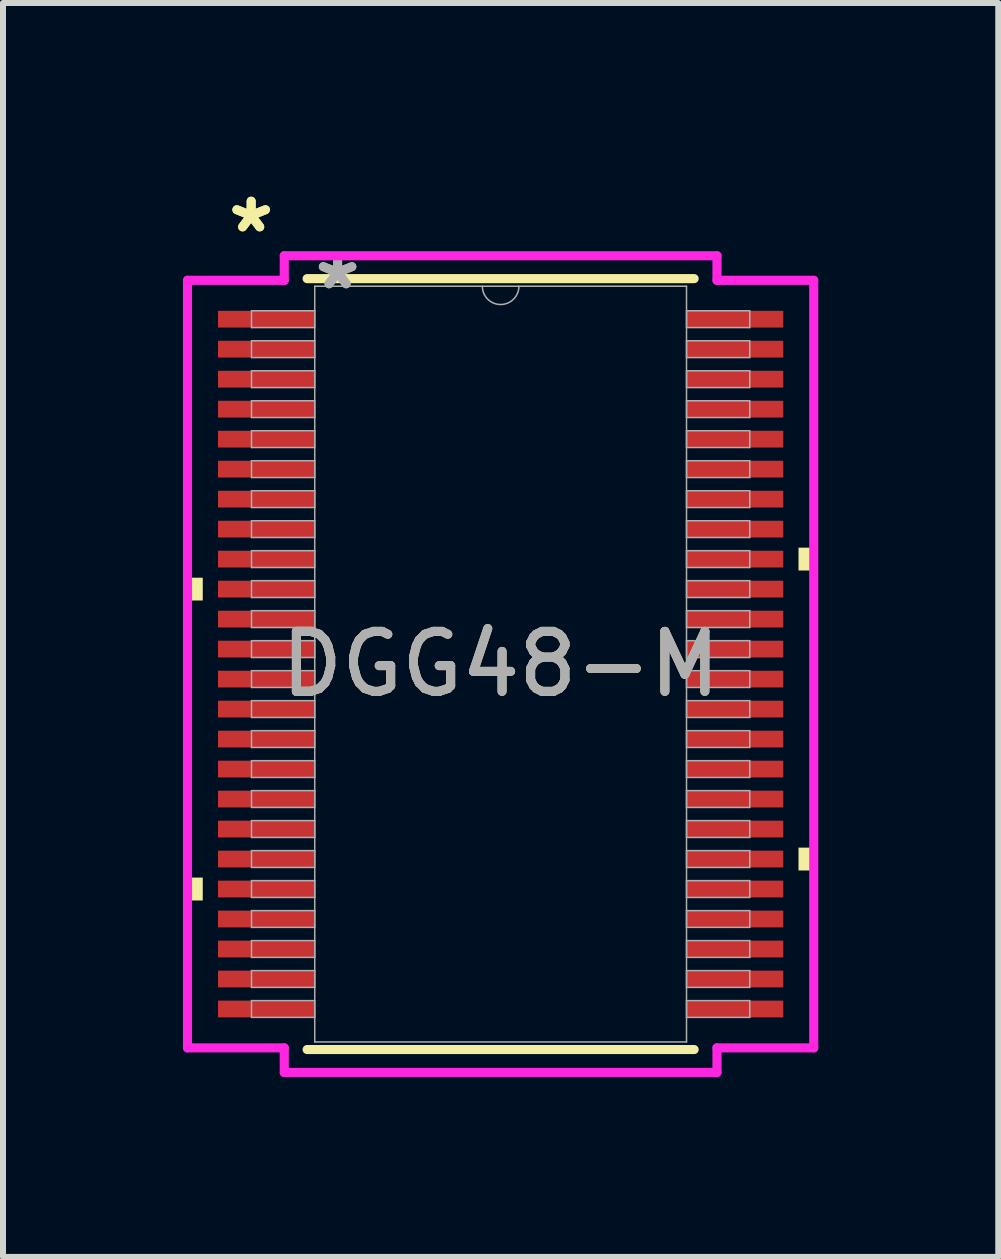
<source format=kicad_pcb>
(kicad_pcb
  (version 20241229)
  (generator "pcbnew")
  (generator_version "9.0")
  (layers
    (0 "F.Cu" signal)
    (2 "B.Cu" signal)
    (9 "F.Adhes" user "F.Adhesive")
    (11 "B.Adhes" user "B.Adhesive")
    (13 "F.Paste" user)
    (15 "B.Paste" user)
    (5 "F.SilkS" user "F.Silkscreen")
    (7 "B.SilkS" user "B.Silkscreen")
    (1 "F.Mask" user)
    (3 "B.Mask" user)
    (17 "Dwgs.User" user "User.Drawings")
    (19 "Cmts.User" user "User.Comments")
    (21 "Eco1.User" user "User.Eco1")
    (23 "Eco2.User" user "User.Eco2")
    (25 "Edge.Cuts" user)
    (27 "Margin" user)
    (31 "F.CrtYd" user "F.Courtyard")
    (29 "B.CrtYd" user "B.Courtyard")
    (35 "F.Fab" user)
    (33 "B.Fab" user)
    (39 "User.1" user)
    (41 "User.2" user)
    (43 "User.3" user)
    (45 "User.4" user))
  (footprint "DGG48-M"
    (layer "F.Cu")
    (at 5.296 8.021)
    (property "Reference" "DGG48-M" (at 0 0 0) (unlocked yes) (layer "F.SilkS") (effects (font (size 1 1) (thickness 0.15))))
    (attr smd)
    (fp_line (start -3.226 6.426) (end 3.226 6.426) (stroke (width 0.152) (type solid)) (layer "F.SilkS"))
    (fp_line (start 3.226 -6.426) (end -3.226 -6.426) (stroke (width 0.152) (type solid)) (layer "F.SilkS"))
    (fp_poly (pts (xy -5.22 -1.44) (xy -5.22 -1.06) (xy -4.966 -1.06) (xy -4.966 -1.44)) (stroke (width 0) (type solid)) (fill yes) (layer "F.SilkS"))
    (fp_poly (pts (xy -5.22 3.559) (xy -5.22 3.941) (xy -4.966 3.941) (xy -4.966 3.559)) (stroke (width 0) (type solid)) (fill yes) (layer "F.SilkS"))
    (fp_poly (pts (xy 5.22 -1.941) (xy 5.22 -1.56) (xy 4.966 -1.56) (xy 4.966 -1.941)) (stroke (width 0) (type solid)) (fill yes) (layer "F.SilkS"))
    (fp_poly (pts (xy 5.22 3.06) (xy 5.22 3.441) (xy 4.966 3.441) (xy 4.966 3.06)) (stroke (width 0) (type solid)) (fill yes) (layer "F.SilkS"))
    (fp_line (start -5.22 -6.398) (end -3.607 -6.398) (stroke (width 0.152) (type solid)) (layer "F.CrtYd"))
    (fp_line (start -5.22 6.398) (end -5.22 -6.398) (stroke (width 0.152) (type solid)) (layer "F.CrtYd"))
    (fp_line (start -5.22 6.398) (end -3.607 6.398) (stroke (width 0.152) (type solid)) (layer "F.CrtYd"))
    (fp_line (start -3.607 -6.807) (end 3.607 -6.807) (stroke (width 0.152) (type solid)) (layer "F.CrtYd"))
    (fp_line (start -3.607 -6.398) (end -3.607 -6.807) (stroke (width 0.152) (type solid)) (layer "F.CrtYd"))
    (fp_line (start -3.607 6.807) (end -3.607 6.398) (stroke (width 0.152) (type solid)) (layer "F.CrtYd"))
    (fp_line (start 3.607 -6.807) (end 3.607 -6.398) (stroke (width 0.152) (type solid)) (layer "F.CrtYd"))
    (fp_line (start 3.607 6.398) (end 3.607 6.807) (stroke (width 0.152) (type solid)) (layer "F.CrtYd"))
    (fp_line (start 3.607 6.807) (end -3.607 6.807) (stroke (width 0.152) (type solid)) (layer "F.CrtYd"))
    (fp_line (start 5.22 -6.398) (end 3.607 -6.398) (stroke (width 0.152) (type solid)) (layer "F.CrtYd"))
    (fp_line (start 5.22 -6.398) (end 5.22 6.398) (stroke (width 0.152) (type solid)) (layer "F.CrtYd"))
    (fp_line (start 5.22 6.398) (end 3.607 6.398) (stroke (width 0.152) (type solid)) (layer "F.CrtYd"))
    (fp_line (start -4.153 -5.89) (end -4.153 -5.61) (stroke (width 0.025) (type solid)) (layer "F.Fab"))
    (fp_line (start -4.153 -5.61) (end -3.099 -5.61) (stroke (width 0.025) (type solid)) (layer "F.Fab"))
    (fp_line (start -4.153 -5.39) (end -4.153 -5.11) (stroke (width 0.025) (type solid)) (layer "F.Fab"))
    (fp_line (start -4.153 -5.11) (end -3.099 -5.11) (stroke (width 0.025) (type solid)) (layer "F.Fab"))
    (fp_line (start -4.153 -4.89) (end -4.153 -4.61) (stroke (width 0.025) (type solid)) (layer "F.Fab"))
    (fp_line (start -4.153 -4.61) (end -3.099 -4.61) (stroke (width 0.025) (type solid)) (layer "F.Fab"))
    (fp_line (start -4.153 -4.39) (end -4.153 -4.11) (stroke (width 0.025) (type solid)) (layer "F.Fab"))
    (fp_line (start -4.153 -4.11) (end -3.099 -4.11) (stroke (width 0.025) (type solid)) (layer "F.Fab"))
    (fp_line (start -4.153 -3.89) (end -4.153 -3.61) (stroke (width 0.025) (type solid)) (layer "F.Fab"))
    (fp_line (start -4.153 -3.61) (end -3.099 -3.61) (stroke (width 0.025) (type solid)) (layer "F.Fab"))
    (fp_line (start -4.153 -3.39) (end -4.153 -3.11) (stroke (width 0.025) (type solid)) (layer "F.Fab"))
    (fp_line (start -4.153 -3.11) (end -3.099 -3.11) (stroke (width 0.025) (type solid)) (layer "F.Fab"))
    (fp_line (start -4.153 -2.89) (end -4.153 -2.61) (stroke (width 0.025) (type solid)) (layer "F.Fab"))
    (fp_line (start -4.153 -2.61) (end -3.099 -2.61) (stroke (width 0.025) (type solid)) (layer "F.Fab"))
    (fp_line (start -4.153 -2.39) (end -4.153 -2.11) (stroke (width 0.025) (type solid)) (layer "F.Fab"))
    (fp_line (start -4.153 -2.11) (end -3.099 -2.11) (stroke (width 0.025) (type solid)) (layer "F.Fab"))
    (fp_line (start -4.153 -1.89) (end -4.153 -1.61) (stroke (width 0.025) (type solid)) (layer "F.Fab"))
    (fp_line (start -4.153 -1.61) (end -3.099 -1.61) (stroke (width 0.025) (type solid)) (layer "F.Fab"))
    (fp_line (start -4.153 -1.39) (end -4.153 -1.11) (stroke (width 0.025) (type solid)) (layer "F.Fab"))
    (fp_line (start -4.153 -1.11) (end -3.099 -1.11) (stroke (width 0.025) (type solid)) (layer "F.Fab"))
    (fp_line (start -4.153 -0.89) (end -4.153 -0.61) (stroke (width 0.025) (type solid)) (layer "F.Fab"))
    (fp_line (start -4.153 -0.61) (end -3.099 -0.61) (stroke (width 0.025) (type solid)) (layer "F.Fab"))
    (fp_line (start -4.153 -0.39) (end -4.153 -0.11) (stroke (width 0.025) (type solid)) (layer "F.Fab"))
    (fp_line (start -4.153 -0.11) (end -3.099 -0.11) (stroke (width 0.025) (type solid)) (layer "F.Fab"))
    (fp_line (start -4.153 0.11) (end -4.153 0.39) (stroke (width 0.025) (type solid)) (layer "F.Fab"))
    (fp_line (start -4.153 0.39) (end -3.099 0.39) (stroke (width 0.025) (type solid)) (layer "F.Fab"))
    (fp_line (start -4.153 0.61) (end -4.153 0.89) (stroke (width 0.025) (type solid)) (layer "F.Fab"))
    (fp_line (start -4.153 0.89) (end -3.099 0.89) (stroke (width 0.025) (type solid)) (layer "F.Fab"))
    (fp_line (start -4.153 1.11) (end -4.153 1.39) (stroke (width 0.025) (type solid)) (layer "F.Fab"))
    (fp_line (start -4.153 1.39) (end -3.099 1.39) (stroke (width 0.025) (type solid)) (layer "F.Fab"))
    (fp_line (start -4.153 1.61) (end -4.153 1.89) (stroke (width 0.025) (type solid)) (layer "F.Fab"))
    (fp_line (start -4.153 1.89) (end -3.099 1.89) (stroke (width 0.025) (type solid)) (layer "F.Fab"))
    (fp_line (start -4.153 2.11) (end -4.153 2.39) (stroke (width 0.025) (type solid)) (layer "F.Fab"))
    (fp_line (start -4.153 2.39) (end -3.099 2.39) (stroke (width 0.025) (type solid)) (layer "F.Fab"))
    (fp_line (start -4.153 2.61) (end -4.153 2.89) (stroke (width 0.025) (type solid)) (layer "F.Fab"))
    (fp_line (start -4.153 2.89) (end -3.099 2.89) (stroke (width 0.025) (type solid)) (layer "F.Fab"))
    (fp_line (start -4.153 3.11) (end -4.153 3.39) (stroke (width 0.025) (type solid)) (layer "F.Fab"))
    (fp_line (start -4.153 3.39) (end -3.099 3.39) (stroke (width 0.025) (type solid)) (layer "F.Fab"))
    (fp_line (start -4.153 3.61) (end -4.153 3.89) (stroke (width 0.025) (type solid)) (layer "F.Fab"))
    (fp_line (start -4.153 3.89) (end -3.099 3.89) (stroke (width 0.025) (type solid)) (layer "F.Fab"))
    (fp_line (start -4.153 4.11) (end -4.153 4.39) (stroke (width 0.025) (type solid)) (layer "F.Fab"))
    (fp_line (start -4.153 4.39) (end -3.099 4.39) (stroke (width 0.025) (type solid)) (layer "F.Fab"))
    (fp_line (start -4.153 4.61) (end -4.153 4.89) (stroke (width 0.025) (type solid)) (layer "F.Fab"))
    (fp_line (start -4.153 4.89) (end -3.099 4.89) (stroke (width 0.025) (type solid)) (layer "F.Fab"))
    (fp_line (start -4.153 5.11) (end -4.153 5.39) (stroke (width 0.025) (type solid)) (layer "F.Fab"))
    (fp_line (start -4.153 5.39) (end -3.099 5.39) (stroke (width 0.025) (type solid)) (layer "F.Fab"))
    (fp_line (start -4.153 5.61) (end -4.153 5.89) (stroke (width 0.025) (type solid)) (layer "F.Fab"))
    (fp_line (start -4.153 5.89) (end -3.099 5.89) (stroke (width 0.025) (type solid)) (layer "F.Fab"))
    (fp_line (start -3.099 -6.299) (end -3.099 6.299) (stroke (width 0.025) (type solid)) (layer "F.Fab"))
    (fp_line (start -3.099 -5.89) (end -4.153 -5.89) (stroke (width 0.025) (type solid)) (layer "F.Fab"))
    (fp_line (start -3.099 -5.61) (end -3.099 -5.89) (stroke (width 0.025) (type solid)) (layer "F.Fab"))
    (fp_line (start -3.099 -5.39) (end -4.153 -5.39) (stroke (width 0.025) (type solid)) (layer "F.Fab"))
    (fp_line (start -3.099 -5.11) (end -3.099 -5.39) (stroke (width 0.025) (type solid)) (layer "F.Fab"))
    (fp_line (start -3.099 -4.89) (end -4.153 -4.89) (stroke (width 0.025) (type solid)) (layer "F.Fab"))
    (fp_line (start -3.099 -4.61) (end -3.099 -4.89) (stroke (width 0.025) (type solid)) (layer "F.Fab"))
    (fp_line (start -3.099 -4.39) (end -4.153 -4.39) (stroke (width 0.025) (type solid)) (layer "F.Fab"))
    (fp_line (start -3.099 -4.11) (end -3.099 -4.39) (stroke (width 0.025) (type solid)) (layer "F.Fab"))
    (fp_line (start -3.099 -3.89) (end -4.153 -3.89) (stroke (width 0.025) (type solid)) (layer "F.Fab"))
    (fp_line (start -3.099 -3.61) (end -3.099 -3.89) (stroke (width 0.025) (type solid)) (layer "F.Fab"))
    (fp_line (start -3.099 -3.39) (end -4.153 -3.39) (stroke (width 0.025) (type solid)) (layer "F.Fab"))
    (fp_line (start -3.099 -3.11) (end -3.099 -3.39) (stroke (width 0.025) (type solid)) (layer "F.Fab"))
    (fp_line (start -3.099 -2.89) (end -4.153 -2.89) (stroke (width 0.025) (type solid)) (layer "F.Fab"))
    (fp_line (start -3.099 -2.61) (end -3.099 -2.89) (stroke (width 0.025) (type solid)) (layer "F.Fab"))
    (fp_line (start -3.099 -2.39) (end -4.153 -2.39) (stroke (width 0.025) (type solid)) (layer "F.Fab"))
    (fp_line (start -3.099 -2.11) (end -3.099 -2.39) (stroke (width 0.025) (type solid)) (layer "F.Fab"))
    (fp_line (start -3.099 -1.89) (end -4.153 -1.89) (stroke (width 0.025) (type solid)) (layer "F.Fab"))
    (fp_line (start -3.099 -1.61) (end -3.099 -1.89) (stroke (width 0.025) (type solid)) (layer "F.Fab"))
    (fp_line (start -3.099 -1.39) (end -4.153 -1.39) (stroke (width 0.025) (type solid)) (layer "F.Fab"))
    (fp_line (start -3.099 -1.11) (end -3.099 -1.39) (stroke (width 0.025) (type solid)) (layer "F.Fab"))
    (fp_line (start -3.099 -0.89) (end -4.153 -0.89) (stroke (width 0.025) (type solid)) (layer "F.Fab"))
    (fp_line (start -3.099 -0.61) (end -3.099 -0.89) (stroke (width 0.025) (type solid)) (layer "F.Fab"))
    (fp_line (start -3.099 -0.39) (end -4.153 -0.39) (stroke (width 0.025) (type solid)) (layer "F.Fab"))
    (fp_line (start -3.099 -0.11) (end -3.099 -0.39) (stroke (width 0.025) (type solid)) (layer "F.Fab"))
    (fp_line (start -3.099 0.11) (end -4.153 0.11) (stroke (width 0.025) (type solid)) (layer "F.Fab"))
    (fp_line (start -3.099 0.39) (end -3.099 0.11) (stroke (width 0.025) (type solid)) (layer "F.Fab"))
    (fp_line (start -3.099 0.61) (end -4.153 0.61) (stroke (width 0.025) (type solid)) (layer "F.Fab"))
    (fp_line (start -3.099 0.89) (end -3.099 0.61) (stroke (width 0.025) (type solid)) (layer "F.Fab"))
    (fp_line (start -3.099 1.11) (end -4.153 1.11) (stroke (width 0.025) (type solid)) (layer "F.Fab"))
    (fp_line (start -3.099 1.39) (end -3.099 1.11) (stroke (width 0.025) (type solid)) (layer "F.Fab"))
    (fp_line (start -3.099 1.61) (end -4.153 1.61) (stroke (width 0.025) (type solid)) (layer "F.Fab"))
    (fp_line (start -3.099 1.89) (end -3.099 1.61) (stroke (width 0.025) (type solid)) (layer "F.Fab"))
    (fp_line (start -3.099 2.11) (end -4.153 2.11) (stroke (width 0.025) (type solid)) (layer "F.Fab"))
    (fp_line (start -3.099 2.39) (end -3.099 2.11) (stroke (width 0.025) (type solid)) (layer "F.Fab"))
    (fp_line (start -3.099 2.61) (end -4.153 2.61) (stroke (width 0.025) (type solid)) (layer "F.Fab"))
    (fp_line (start -3.099 2.89) (end -3.099 2.61) (stroke (width 0.025) (type solid)) (layer "F.Fab"))
    (fp_line (start -3.099 3.11) (end -4.153 3.11) (stroke (width 0.025) (type solid)) (layer "F.Fab"))
    (fp_line (start -3.099 3.39) (end -3.099 3.11) (stroke (width 0.025) (type solid)) (layer "F.Fab"))
    (fp_line (start -3.099 3.61) (end -4.153 3.61) (stroke (width 0.025) (type solid)) (layer "F.Fab"))
    (fp_line (start -3.099 3.89) (end -3.099 3.61) (stroke (width 0.025) (type solid)) (layer "F.Fab"))
    (fp_line (start -3.099 4.11) (end -4.153 4.11) (stroke (width 0.025) (type solid)) (layer "F.Fab"))
    (fp_line (start -3.099 4.39) (end -3.099 4.11) (stroke (width 0.025) (type solid)) (layer "F.Fab"))
    (fp_line (start -3.099 4.61) (end -4.153 4.61) (stroke (width 0.025) (type solid)) (layer "F.Fab"))
    (fp_line (start -3.099 4.89) (end -3.099 4.61) (stroke (width 0.025) (type solid)) (layer "F.Fab"))
    (fp_line (start -3.099 5.11) (end -4.153 5.11) (stroke (width 0.025) (type solid)) (layer "F.Fab"))
    (fp_line (start -3.099 5.39) (end -3.099 5.11) (stroke (width 0.025) (type solid)) (layer "F.Fab"))
    (fp_line (start -3.099 5.61) (end -4.153 5.61) (stroke (width 0.025) (type solid)) (layer "F.Fab"))
    (fp_line (start -3.099 5.89) (end -3.099 5.61) (stroke (width 0.025) (type solid)) (layer "F.Fab"))
    (fp_line (start -3.099 6.299) (end 3.099 6.299) (stroke (width 0.025) (type solid)) (layer "F.Fab"))
    (fp_line (start 3.099 -6.299) (end -3.099 -6.299) (stroke (width 0.025) (type solid)) (layer "F.Fab"))
    (fp_line (start 3.099 -5.89) (end 3.099 -5.61) (stroke (width 0.025) (type solid)) (layer "F.Fab"))
    (fp_line (start 3.099 -5.61) (end 4.153 -5.61) (stroke (width 0.025) (type solid)) (layer "F.Fab"))
    (fp_line (start 3.099 -5.39) (end 3.099 -5.11) (stroke (width 0.025) (type solid)) (layer "F.Fab"))
    (fp_line (start 3.099 -5.11) (end 4.153 -5.11) (stroke (width 0.025) (type solid)) (layer "F.Fab"))
    (fp_line (start 3.099 -4.89) (end 3.099 -4.61) (stroke (width 0.025) (type solid)) (layer "F.Fab"))
    (fp_line (start 3.099 -4.61) (end 4.153 -4.61) (stroke (width 0.025) (type solid)) (layer "F.Fab"))
    (fp_line (start 3.099 -4.39) (end 3.099 -4.11) (stroke (width 0.025) (type solid)) (layer "F.Fab"))
    (fp_line (start 3.099 -4.11) (end 4.153 -4.11) (stroke (width 0.025) (type solid)) (layer "F.Fab"))
    (fp_line (start 3.099 -3.89) (end 3.099 -3.61) (stroke (width 0.025) (type solid)) (layer "F.Fab"))
    (fp_line (start 3.099 -3.61) (end 4.153 -3.61) (stroke (width 0.025) (type solid)) (layer "F.Fab"))
    (fp_line (start 3.099 -3.39) (end 3.099 -3.11) (stroke (width 0.025) (type solid)) (layer "F.Fab"))
    (fp_line (start 3.099 -3.11) (end 4.153 -3.11) (stroke (width 0.025) (type solid)) (layer "F.Fab"))
    (fp_line (start 3.099 -2.89) (end 3.099 -2.61) (stroke (width 0.025) (type solid)) (layer "F.Fab"))
    (fp_line (start 3.099 -2.61) (end 4.153 -2.61) (stroke (width 0.025) (type solid)) (layer "F.Fab"))
    (fp_line (start 3.099 -2.39) (end 3.099 -2.11) (stroke (width 0.025) (type solid)) (layer "F.Fab"))
    (fp_line (start 3.099 -2.11) (end 4.153 -2.11) (stroke (width 0.025) (type solid)) (layer "F.Fab"))
    (fp_line (start 3.099 -1.89) (end 3.099 -1.61) (stroke (width 0.025) (type solid)) (layer "F.Fab"))
    (fp_line (start 3.099 -1.61) (end 4.153 -1.61) (stroke (width 0.025) (type solid)) (layer "F.Fab"))
    (fp_line (start 3.099 -1.39) (end 3.099 -1.11) (stroke (width 0.025) (type solid)) (layer "F.Fab"))
    (fp_line (start 3.099 -1.11) (end 4.153 -1.11) (stroke (width 0.025) (type solid)) (layer "F.Fab"))
    (fp_line (start 3.099 -0.89) (end 3.099 -0.61) (stroke (width 0.025) (type solid)) (layer "F.Fab"))
    (fp_line (start 3.099 -0.61) (end 4.153 -0.61) (stroke (width 0.025) (type solid)) (layer "F.Fab"))
    (fp_line (start 3.099 -0.39) (end 3.099 -0.11) (stroke (width 0.025) (type solid)) (layer "F.Fab"))
    (fp_line (start 3.099 -0.11) (end 4.153 -0.11) (stroke (width 0.025) (type solid)) (layer "F.Fab"))
    (fp_line (start 3.099 0.11) (end 3.099 0.39) (stroke (width 0.025) (type solid)) (layer "F.Fab"))
    (fp_line (start 3.099 0.39) (end 4.153 0.39) (stroke (width 0.025) (type solid)) (layer "F.Fab"))
    (fp_line (start 3.099 0.61) (end 3.099 0.89) (stroke (width 0.025) (type solid)) (layer "F.Fab"))
    (fp_line (start 3.099 0.89) (end 4.153 0.89) (stroke (width 0.025) (type solid)) (layer "F.Fab"))
    (fp_line (start 3.099 1.11) (end 3.099 1.39) (stroke (width 0.025) (type solid)) (layer "F.Fab"))
    (fp_line (start 3.099 1.39) (end 4.153 1.39) (stroke (width 0.025) (type solid)) (layer "F.Fab"))
    (fp_line (start 3.099 1.61) (end 3.099 1.89) (stroke (width 0.025) (type solid)) (layer "F.Fab"))
    (fp_line (start 3.099 1.89) (end 4.153 1.89) (stroke (width 0.025) (type solid)) (layer "F.Fab"))
    (fp_line (start 3.099 2.11) (end 3.099 2.39) (stroke (width 0.025) (type solid)) (layer "F.Fab"))
    (fp_line (start 3.099 2.39) (end 4.153 2.39) (stroke (width 0.025) (type solid)) (layer "F.Fab"))
    (fp_line (start 3.099 2.61) (end 3.099 2.89) (stroke (width 0.025) (type solid)) (layer "F.Fab"))
    (fp_line (start 3.099 2.89) (end 4.153 2.89) (stroke (width 0.025) (type solid)) (layer "F.Fab"))
    (fp_line (start 3.099 3.11) (end 3.099 3.39) (stroke (width 0.025) (type solid)) (layer "F.Fab"))
    (fp_line (start 3.099 3.39) (end 4.153 3.39) (stroke (width 0.025) (type solid)) (layer "F.Fab"))
    (fp_line (start 3.099 3.61) (end 3.099 3.89) (stroke (width 0.025) (type solid)) (layer "F.Fab"))
    (fp_line (start 3.099 3.89) (end 4.153 3.89) (stroke (width 0.025) (type solid)) (layer "F.Fab"))
    (fp_line (start 3.099 4.11) (end 3.099 4.39) (stroke (width 0.025) (type solid)) (layer "F.Fab"))
    (fp_line (start 3.099 4.39) (end 4.153 4.39) (stroke (width 0.025) (type solid)) (layer "F.Fab"))
    (fp_line (start 3.099 4.61) (end 3.099 4.89) (stroke (width 0.025) (type solid)) (layer "F.Fab"))
    (fp_line (start 3.099 4.89) (end 4.153 4.89) (stroke (width 0.025) (type solid)) (layer "F.Fab"))
    (fp_line (start 3.099 5.11) (end 3.099 5.39) (stroke (width 0.025) (type solid)) (layer "F.Fab"))
    (fp_line (start 3.099 5.39) (end 4.153 5.39) (stroke (width 0.025) (type solid)) (layer "F.Fab"))
    (fp_line (start 3.099 5.61) (end 3.099 5.89) (stroke (width 0.025) (type solid)) (layer "F.Fab"))
    (fp_line (start 3.099 5.89) (end 4.153 5.89) (stroke (width 0.025) (type solid)) (layer "F.Fab"))
    (fp_line (start 3.099 6.299) (end 3.099 -6.299) (stroke (width 0.025) (type solid)) (layer "F.Fab"))
    (fp_line (start 4.153 -5.89) (end 3.099 -5.89) (stroke (width 0.025) (type solid)) (layer "F.Fab"))
    (fp_line (start 4.153 -5.61) (end 4.153 -5.89) (stroke (width 0.025) (type solid)) (layer "F.Fab"))
    (fp_line (start 4.153 -5.39) (end 3.099 -5.39) (stroke (width 0.025) (type solid)) (layer "F.Fab"))
    (fp_line (start 4.153 -5.11) (end 4.153 -5.39) (stroke (width 0.025) (type solid)) (layer "F.Fab"))
    (fp_line (start 4.153 -4.89) (end 3.099 -4.89) (stroke (width 0.025) (type solid)) (layer "F.Fab"))
    (fp_line (start 4.153 -4.61) (end 4.153 -4.89) (stroke (width 0.025) (type solid)) (layer "F.Fab"))
    (fp_line (start 4.153 -4.39) (end 3.099 -4.39) (stroke (width 0.025) (type solid)) (layer "F.Fab"))
    (fp_line (start 4.153 -4.11) (end 4.153 -4.39) (stroke (width 0.025) (type solid)) (layer "F.Fab"))
    (fp_line (start 4.153 -3.89) (end 3.099 -3.89) (stroke (width 0.025) (type solid)) (layer "F.Fab"))
    (fp_line (start 4.153 -3.61) (end 4.153 -3.89) (stroke (width 0.025) (type solid)) (layer "F.Fab"))
    (fp_line (start 4.153 -3.39) (end 3.099 -3.39) (stroke (width 0.025) (type solid)) (layer "F.Fab"))
    (fp_line (start 4.153 -3.11) (end 4.153 -3.39) (stroke (width 0.025) (type solid)) (layer "F.Fab"))
    (fp_line (start 4.153 -2.89) (end 3.099 -2.89) (stroke (width 0.025) (type solid)) (layer "F.Fab"))
    (fp_line (start 4.153 -2.61) (end 4.153 -2.89) (stroke (width 0.025) (type solid)) (layer "F.Fab"))
    (fp_line (start 4.153 -2.39) (end 3.099 -2.39) (stroke (width 0.025) (type solid)) (layer "F.Fab"))
    (fp_line (start 4.153 -2.11) (end 4.153 -2.39) (stroke (width 0.025) (type solid)) (layer "F.Fab"))
    (fp_line (start 4.153 -1.89) (end 3.099 -1.89) (stroke (width 0.025) (type solid)) (layer "F.Fab"))
    (fp_line (start 4.153 -1.61) (end 4.153 -1.89) (stroke (width 0.025) (type solid)) (layer "F.Fab"))
    (fp_line (start 4.153 -1.39) (end 3.099 -1.39) (stroke (width 0.025) (type solid)) (layer "F.Fab"))
    (fp_line (start 4.153 -1.11) (end 4.153 -1.39) (stroke (width 0.025) (type solid)) (layer "F.Fab"))
    (fp_line (start 4.153 -0.89) (end 3.099 -0.89) (stroke (width 0.025) (type solid)) (layer "F.Fab"))
    (fp_line (start 4.153 -0.61) (end 4.153 -0.89) (stroke (width 0.025) (type solid)) (layer "F.Fab"))
    (fp_line (start 4.153 -0.39) (end 3.099 -0.39) (stroke (width 0.025) (type solid)) (layer "F.Fab"))
    (fp_line (start 4.153 -0.11) (end 4.153 -0.39) (stroke (width 0.025) (type solid)) (layer "F.Fab"))
    (fp_line (start 4.153 0.11) (end 3.099 0.11) (stroke (width 0.025) (type solid)) (layer "F.Fab"))
    (fp_line (start 4.153 0.39) (end 4.153 0.11) (stroke (width 0.025) (type solid)) (layer "F.Fab"))
    (fp_line (start 4.153 0.61) (end 3.099 0.61) (stroke (width 0.025) (type solid)) (layer "F.Fab"))
    (fp_line (start 4.153 0.89) (end 4.153 0.61) (stroke (width 0.025) (type solid)) (layer "F.Fab"))
    (fp_line (start 4.153 1.11) (end 3.099 1.11) (stroke (width 0.025) (type solid)) (layer "F.Fab"))
    (fp_line (start 4.153 1.39) (end 4.153 1.11) (stroke (width 0.025) (type solid)) (layer "F.Fab"))
    (fp_line (start 4.153 1.61) (end 3.099 1.61) (stroke (width 0.025) (type solid)) (layer "F.Fab"))
    (fp_line (start 4.153 1.89) (end 4.153 1.61) (stroke (width 0.025) (type solid)) (layer "F.Fab"))
    (fp_line (start 4.153 2.11) (end 3.099 2.11) (stroke (width 0.025) (type solid)) (layer "F.Fab"))
    (fp_line (start 4.153 2.39) (end 4.153 2.11) (stroke (width 0.025) (type solid)) (layer "F.Fab"))
    (fp_line (start 4.153 2.61) (end 3.099 2.61) (stroke (width 0.025) (type solid)) (layer "F.Fab"))
    (fp_line (start 4.153 2.89) (end 4.153 2.61) (stroke (width 0.025) (type solid)) (layer "F.Fab"))
    (fp_line (start 4.153 3.11) (end 3.099 3.11) (stroke (width 0.025) (type solid)) (layer "F.Fab"))
    (fp_line (start 4.153 3.39) (end 4.153 3.11) (stroke (width 0.025) (type solid)) (layer "F.Fab"))
    (fp_line (start 4.153 3.61) (end 3.099 3.61) (stroke (width 0.025) (type solid)) (layer "F.Fab"))
    (fp_line (start 4.153 3.89) (end 4.153 3.61) (stroke (width 0.025) (type solid)) (layer "F.Fab"))
    (fp_line (start 4.153 4.11) (end 3.099 4.11) (stroke (width 0.025) (type solid)) (layer "F.Fab"))
    (fp_line (start 4.153 4.39) (end 4.153 4.11) (stroke (width 0.025) (type solid)) (layer "F.Fab"))
    (fp_line (start 4.153 4.61) (end 3.099 4.61) (stroke (width 0.025) (type solid)) (layer "F.Fab"))
    (fp_line (start 4.153 4.89) (end 4.153 4.61) (stroke (width 0.025) (type solid)) (layer "F.Fab"))
    (fp_line (start 4.153 5.11) (end 3.099 5.11) (stroke (width 0.025) (type solid)) (layer "F.Fab"))
    (fp_line (start 4.153 5.39) (end 4.153 5.11) (stroke (width 0.025) (type solid)) (layer "F.Fab"))
    (fp_line (start 4.153 5.61) (end 3.099 5.61) (stroke (width 0.025) (type solid)) (layer "F.Fab"))
    (fp_line (start 4.153 5.89) (end 4.153 5.61) (stroke (width 0.025) (type solid)) (layer "F.Fab"))
    (fp_arc (start 0.3048 -6.2992) (mid 0 -5.9944) (end -0.3048 -6.2992) (stroke (width 0.0254) (type solid)) (layer "F.Fab"))
    (fp_text user "*" (at -4.159 -7.172 0) (layer "F.SilkS") (effects (font (size 1 1) (thickness 0.15))))
    (fp_text user "*" (at -4.159 -7.172 0) (unlocked yes) (layer "F.SilkS") (effects (font (size 1 1) (thickness 0.15))))
    (fp_text user "*" (at -2.718 -6.223 0) (unlocked yes) (layer "F.Fab") (effects (font (size 1 1) (thickness 0.15))))
    (fp_text user "*" (at -2.718 -6.223 0) (layer "F.Fab") (effects (font (size 1 1) (thickness 0.15))))
    (fp_text user "${REFERENCE}" (at 0 0 0) (unlocked yes) (layer "F.Fab") (effects (font (size 1 1) (thickness 0.15))))
    (pad "1" smd rect (at -3.905 -5.75) (size 1.613 0.279) (layers "F.Cu" "F.Mask" "F.Paste"))
    (pad "2" smd rect (at -3.905 -5.25) (size 1.613 0.279) (layers "F.Cu" "F.Mask" "F.Paste"))
    (pad "3" smd rect (at -3.905 -4.75) (size 1.613 0.279) (layers "F.Cu" "F.Mask" "F.Paste"))
    (pad "4" smd rect (at -3.905 -4.25) (size 1.613 0.279) (layers "F.Cu" "F.Mask" "F.Paste"))
    (pad "5" smd rect (at -3.905 -3.75) (size 1.613 0.279) (layers "F.Cu" "F.Mask" "F.Paste"))
    (pad "6" smd rect (at -3.905 -3.25) (size 1.613 0.279) (layers "F.Cu" "F.Mask" "F.Paste"))
    (pad "7" smd rect (at -3.905 -2.75) (size 1.613 0.279) (layers "F.Cu" "F.Mask" "F.Paste"))
    (pad "8" smd rect (at -3.905 -2.25) (size 1.613 0.279) (layers "F.Cu" "F.Mask" "F.Paste"))
    (pad "9" smd rect (at -3.905 -1.75) (size 1.613 0.279) (layers "F.Cu" "F.Mask" "F.Paste"))
    (pad "10" smd rect (at -3.905 -1.25) (size 1.613 0.279) (layers "F.Cu" "F.Mask" "F.Paste"))
    (pad "11" smd rect (at -3.905 -0.75) (size 1.613 0.279) (layers "F.Cu" "F.Mask" "F.Paste"))
    (pad "12" smd rect (at -3.905 -0.25) (size 1.613 0.279) (layers "F.Cu" "F.Mask" "F.Paste"))
    (pad "13" smd rect (at -3.905 0.25) (size 1.613 0.279) (layers "F.Cu" "F.Mask" "F.Paste"))
    (pad "14" smd rect (at -3.905 0.75) (size 1.613 0.279) (layers "F.Cu" "F.Mask" "F.Paste"))
    (pad "15" smd rect (at -3.905 1.25) (size 1.613 0.279) (layers "F.Cu" "F.Mask" "F.Paste"))
    (pad "16" smd rect (at -3.905 1.75) (size 1.613 0.279) (layers "F.Cu" "F.Mask" "F.Paste"))
    (pad "17" smd rect (at -3.905 2.25) (size 1.613 0.279) (layers "F.Cu" "F.Mask" "F.Paste"))
    (pad "18" smd rect (at -3.905 2.75) (size 1.613 0.279) (layers "F.Cu" "F.Mask" "F.Paste"))
    (pad "19" smd rect (at -3.905 3.25) (size 1.613 0.279) (layers "F.Cu" "F.Mask" "F.Paste"))
    (pad "20" smd rect (at -3.905 3.75) (size 1.613 0.279) (layers "F.Cu" "F.Mask" "F.Paste"))
    (pad "21" smd rect (at -3.905 4.25) (size 1.613 0.279) (layers "F.Cu" "F.Mask" "F.Paste"))
    (pad "22" smd rect (at -3.905 4.75) (size 1.613 0.279) (layers "F.Cu" "F.Mask" "F.Paste"))
    (pad "23" smd rect (at -3.905 5.25) (size 1.613 0.279) (layers "F.Cu" "F.Mask" "F.Paste"))
    (pad "24" smd rect (at -3.905 5.75) (size 1.613 0.279) (layers "F.Cu" "F.Mask" "F.Paste"))
    (pad "25" smd rect (at 3.905 5.75) (size 1.613 0.279) (layers "F.Cu" "F.Mask" "F.Paste"))
    (pad "26" smd rect (at 3.905 5.25) (size 1.613 0.279) (layers "F.Cu" "F.Mask" "F.Paste"))
    (pad "27" smd rect (at 3.905 4.75) (size 1.613 0.279) (layers "F.Cu" "F.Mask" "F.Paste"))
    (pad "28" smd rect (at 3.905 4.25) (size 1.613 0.279) (layers "F.Cu" "F.Mask" "F.Paste"))
    (pad "29" smd rect (at 3.905 3.75) (size 1.613 0.279) (layers "F.Cu" "F.Mask" "F.Paste"))
    (pad "30" smd rect (at 3.905 3.25) (size 1.613 0.279) (layers "F.Cu" "F.Mask" "F.Paste"))
    (pad "31" smd rect (at 3.905 2.75) (size 1.613 0.279) (layers "F.Cu" "F.Mask" "F.Paste"))
    (pad "32" smd rect (at 3.905 2.25) (size 1.613 0.279) (layers "F.Cu" "F.Mask" "F.Paste"))
    (pad "33" smd rect (at 3.905 1.75) (size 1.613 0.279) (layers "F.Cu" "F.Mask" "F.Paste"))
    (pad "34" smd rect (at 3.905 1.25) (size 1.613 0.279) (layers "F.Cu" "F.Mask" "F.Paste"))
    (pad "35" smd rect (at 3.905 0.75) (size 1.613 0.279) (layers "F.Cu" "F.Mask" "F.Paste"))
    (pad "36" smd rect (at 3.905 0.25) (size 1.613 0.279) (layers "F.Cu" "F.Mask" "F.Paste"))
    (pad "37" smd rect (at 3.905 -0.25) (size 1.613 0.279) (layers "F.Cu" "F.Mask" "F.Paste"))
    (pad "38" smd rect (at 3.905 -0.75) (size 1.613 0.279) (layers "F.Cu" "F.Mask" "F.Paste"))
    (pad "39" smd rect (at 3.905 -1.25) (size 1.613 0.279) (layers "F.Cu" "F.Mask" "F.Paste"))
    (pad "40" smd rect (at 3.905 -1.75) (size 1.613 0.279) (layers "F.Cu" "F.Mask" "F.Paste"))
    (pad "41" smd rect (at 3.905 -2.25) (size 1.613 0.279) (layers "F.Cu" "F.Mask" "F.Paste"))
    (pad "42" smd rect (at 3.905 -2.75) (size 1.613 0.279) (layers "F.Cu" "F.Mask" "F.Paste"))
    (pad "43" smd rect (at 3.905 -3.25) (size 1.613 0.279) (layers "F.Cu" "F.Mask" "F.Paste"))
    (pad "44" smd rect (at 3.905 -3.75) (size 1.613 0.279) (layers "F.Cu" "F.Mask" "F.Paste"))
    (pad "45" smd rect (at 3.905 -4.25) (size 1.613 0.279) (layers "F.Cu" "F.Mask" "F.Paste"))
    (pad "46" smd rect (at 3.905 -4.75) (size 1.613 0.279) (layers "F.Cu" "F.Mask" "F.Paste"))
    (pad "47" smd rect (at 3.905 -5.25) (size 1.613 0.279) (layers "F.Cu" "F.Mask" "F.Paste"))
    (pad "48" smd rect (at 3.905 -5.75) (size 1.613 0.279) (layers "F.Cu" "F.Mask" "F.Paste")))
  (gr_rect
    (start -3 -3)
    (end 13.592 17.904)
    (stroke (width 0.1) (type default))
    (fill no)
    (layer "Edge.Cuts")))
</source>
